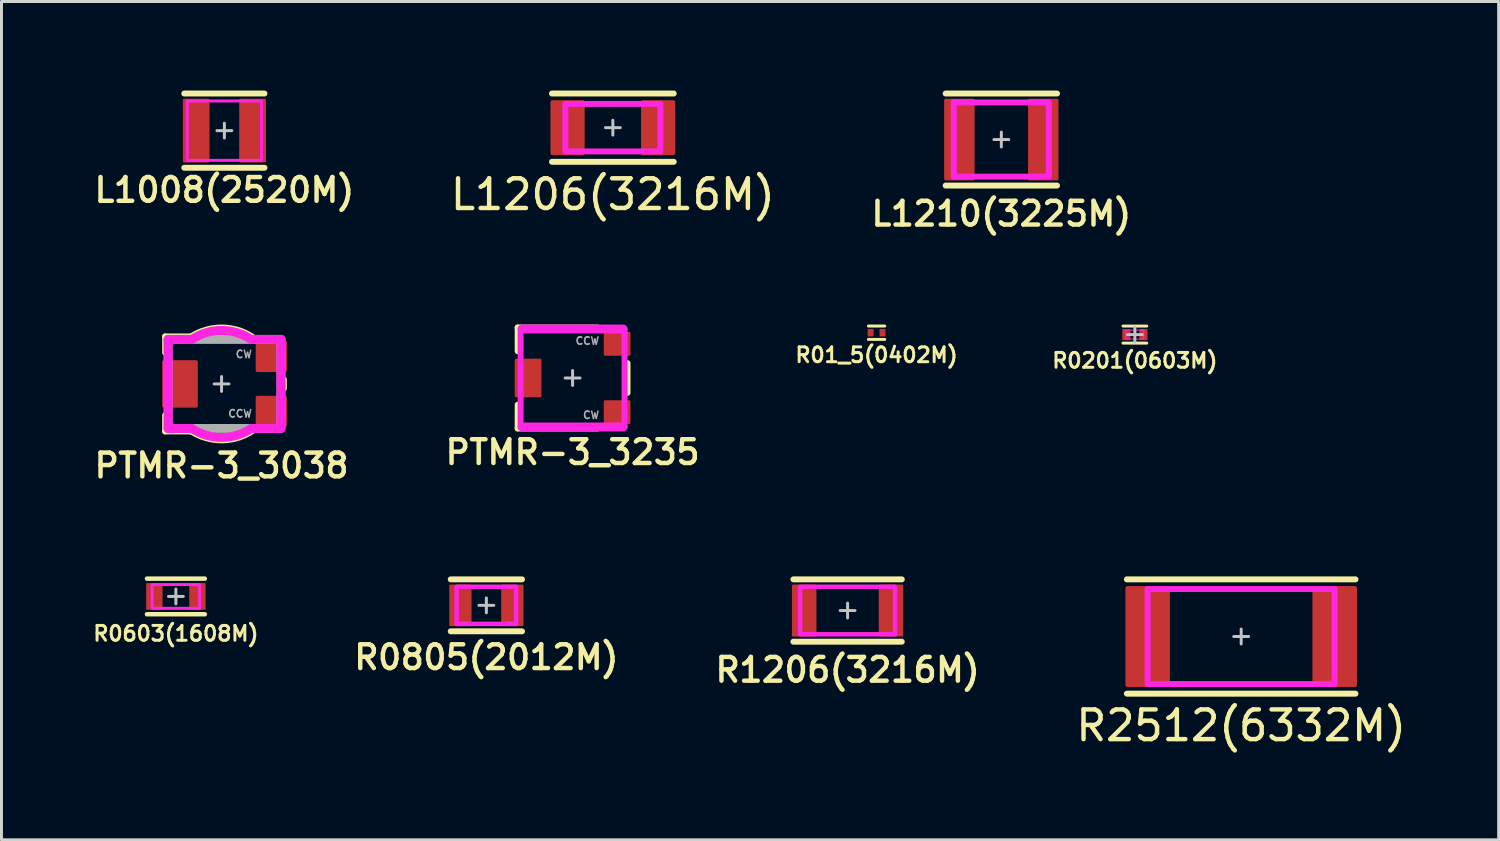
<source format=kicad_pcb>
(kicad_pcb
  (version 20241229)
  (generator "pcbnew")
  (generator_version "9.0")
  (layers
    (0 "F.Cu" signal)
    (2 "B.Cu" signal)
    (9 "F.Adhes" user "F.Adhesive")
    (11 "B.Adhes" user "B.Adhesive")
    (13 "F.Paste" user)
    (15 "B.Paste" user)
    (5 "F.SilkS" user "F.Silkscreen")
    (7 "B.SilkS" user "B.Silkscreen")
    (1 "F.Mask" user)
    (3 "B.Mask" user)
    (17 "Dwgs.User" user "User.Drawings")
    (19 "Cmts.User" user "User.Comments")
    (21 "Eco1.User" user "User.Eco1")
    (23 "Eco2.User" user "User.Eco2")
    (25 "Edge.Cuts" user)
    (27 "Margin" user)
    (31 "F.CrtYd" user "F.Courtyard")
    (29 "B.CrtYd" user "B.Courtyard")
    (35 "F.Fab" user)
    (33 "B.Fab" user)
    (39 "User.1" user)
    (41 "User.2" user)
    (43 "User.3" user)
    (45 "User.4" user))
  (footprint "R0805(2012M)"
    (layer "F.Cu")
    (at 13.331 17.338)
    (property "Reference" "R0805(2012M)" (at 0 1.75 0) (layer "F.SilkS") (effects (font (size 0.8 0.8) (thickness 0.15))))
    (attr smd)
    (fp_line (start -1.2 -0.875) (end 1.2 -0.875) (stroke (width 0.2) (type solid)) (layer "F.SilkS"))
    (fp_line (start -1.2 0.875) (end 1.2 0.875) (stroke (width 0.2) (type solid)) (layer "F.SilkS"))
    (fp_poly (pts (xy -0.575 -0.35) (xy -0.775 -0.35) (xy -0.775 0.35) (xy -0.575 0.35) (xy -0.575 0.625) (xy -1.175 0.625) (xy -1.175 -0.625) (xy -0.575 -0.625)) (stroke (width 0) (type solid)) (fill yes) (layer "F.Paste"))
    (fp_poly (pts (xy 0.575 0.35) (xy 0.775 0.35) (xy 0.775 -0.35) (xy 0.575 -0.35) (xy 0.575 -0.625) (xy 1.175 -0.625) (xy 1.175 0.625) (xy 0.575 0.625)) (stroke (width 0) (type solid)) (fill yes) (layer "F.Paste"))
    (fp_line (start -0.25 0) (end 0.25 0) (stroke (width 0.1) (type solid)) (layer "Dwgs.User"))
    (fp_line (start 0 -0.25) (end 0 0.25) (stroke (width 0.1) (type solid)) (layer "Dwgs.User"))
    (fp_rect (start -1 -0.625) (end 1 0.625) (stroke (width 0.15) (type solid)) (fill no) (layer "F.CrtYd"))
    (pad "1" smd roundrect (at -0.875 0 90) (size 1.4 0.75) (layers "F.Cu" "F.Mask") (roundrect_rratio 0.05))
    (pad "2" smd roundrect (at 0.875 0 90) (size 1.4 0.75) (layers "F.Cu" "F.Mask") (roundrect_rratio 0.05)))
  (footprint "R01_5(0402M)"
    (layer "F.Cu")
    (at 26.473 8.156)
    (property "Reference" "R01_5(0402M)" (at 0 0.75 0) (layer "F.SilkS") (effects (font (size 0.5 0.5) (thickness 0.1))))
    (attr smd)
    (fp_line (start -0.275 -0.225) (end 0.275 -0.225) (stroke (width 0.1) (type solid)) (layer "F.SilkS"))
    (fp_line (start -0.275 0.225) (end 0.275 0.225) (stroke (width 0.1) (type solid)) (layer "F.SilkS"))
    (pad "1" smd roundrect (at -0.2 0 90) (size 0.25 0.2) (layers "F.Cu" "F.Mask" "F.Paste") (roundrect_rratio 0.05))
    (pad "2" smd roundrect (at 0.2 0 90) (size 0.25 0.2) (layers "F.Cu" "F.Mask" "F.Paste") (roundrect_rratio 0.05)))
  (footprint "R1206(3216M)"
    (layer "F.Cu")
    (at 25.497 17.513)
    (property "Reference" "R1206(3216M)" (at 0 2 0) (layer "F.SilkS") (effects (font (size 0.8 0.8) (thickness 0.15))))
    (attr smd)
    (fp_line (start -1.825 -1.05) (end 1.825 -1.05) (stroke (width 0.2) (type solid)) (layer "F.SilkS"))
    (fp_line (start -1.825 1.05) (end 1.825 1.05) (stroke (width 0.2) (type solid)) (layer "F.SilkS"))
    (fp_poly (pts (xy -1.125 -0.475) (xy -1.375 -0.475) (xy -1.375 0.475) (xy -1.125 0.475) (xy -1.125 0.8) (xy -1.8 0.8) (xy -1.8 -0.8) (xy -1.125 -0.8)) (stroke (width 0) (type solid)) (fill yes) (layer "F.Paste"))
    (fp_poly (pts (xy 1.125 0.475) (xy 1.375 0.475) (xy 1.375 -0.475) (xy 1.125 -0.475) (xy 1.125 -0.8) (xy 1.8 -0.8) (xy 1.8 0.8) (xy 1.125 0.8)) (stroke (width 0) (type solid)) (fill yes) (layer "F.Paste"))
    (fp_line (start -0.25 0) (end 0.25 0) (stroke (width 0.1) (type solid)) (layer "Dwgs.User"))
    (fp_line (start 0 -0.25) (end 0 0.25) (stroke (width 0.1) (type solid)) (layer "Dwgs.User"))
    (fp_rect (start -1.6 -0.8) (end 1.6 0.8) (stroke (width 0.15) (type solid)) (fill no) (layer "F.CrtYd"))
    (pad "1" smd roundrect (at -1.462 0 90) (size 1.75 0.825) (layers "F.Cu" "F.Mask") (roundrect_rratio 0.05))
    (pad "2" smd roundrect (at 1.462 0 90) (size 1.75 0.825) (layers "F.Cu" "F.Mask") (roundrect_rratio 0.05)))
  (footprint "R0603(1608M)"
    (layer "F.Cu")
    (at 2.874 17.038)
    (property "Reference" "R0603(1608M)" (at 0 1.25 0) (layer "F.SilkS") (effects (font (size 0.5 0.5) (thickness 0.1) (bold yes))))
    (attr smd)
    (fp_line (start -0.975 -0.6) (end 0.975 -0.6) (stroke (width 0.15) (type solid)) (layer "F.SilkS"))
    (fp_line (start -0.975 0.6) (end 0.975 0.6) (stroke (width 0.15) (type solid)) (layer "F.SilkS"))
    (fp_poly (pts (xy -0.525 -0.2) (xy -0.6 -0.2) (xy -0.6 0.2) (xy -0.525 0.2) (xy -0.525 0.375) (xy -0.925 0.375) (xy -0.925 -0.375) (xy -0.525 -0.375)) (stroke (width 0) (type solid)) (fill yes) (layer "F.Paste"))
    (fp_poly (pts (xy 0.525 0.2) (xy 0.6 0.2) (xy 0.6 -0.2) (xy 0.525 -0.2) (xy 0.525 -0.375) (xy 0.925 -0.375) (xy 0.925 0.375) (xy 0.525 0.375)) (stroke (width 0) (type solid)) (fill yes) (layer "F.Paste"))
    (fp_line (start -0.25 0) (end 0.25 0) (stroke (width 0.1) (type solid)) (layer "Dwgs.User"))
    (fp_line (start 0 -0.25) (end 0 0.25) (stroke (width 0.1) (type solid)) (layer "Dwgs.User"))
    (fp_rect (start -0.8 -0.4) (end 0.8 0.4) (stroke (width 0.1) (type solid)) (fill no) (layer "F.CrtYd"))
    (pad "1" smd roundrect (at -0.725 0 90) (size 0.9 0.55) (layers "F.Cu" "F.Mask") (roundrect_rratio 0.05))
    (pad "2" smd roundrect (at 0.725 0 90) (size 0.9 0.55) (layers "F.Cu" "F.Mask") (roundrect_rratio 0.05)))
  (footprint "L1206(3216M)"
    (layer "F.Cu")
    (at 17.591 1.25)
    (property "Reference" "L1206(3216M)" (at 0 2.25 0) (layer "F.SilkS") (effects (font (size 1 1) (thickness 0.15))))
    (attr smd)
    (fp_line (start -2.05 -1.15) (end 2.05 -1.15) (stroke (width 0.2) (type solid)) (layer "F.SilkS"))
    (fp_line (start -2.05 1.15) (end 2.05 1.15) (stroke (width 0.2) (type solid)) (layer "F.SilkS"))
    (fp_poly (pts (xy -1.025 -0.5) (xy -1.3 -0.5) (xy -1.3 0.5) (xy -1.025 0.5) (xy -1.025 0.85) (xy -2.025 0.85) (xy -2.025 -0.85) (xy -1.025 -0.85)) (stroke (width 0) (type solid)) (fill yes) (layer "F.Paste"))
    (fp_poly (pts (xy 1.025 0.5) (xy 1.3 0.5) (xy 1.3 -0.5) (xy 1.025 -0.5) (xy 1.025 -0.85) (xy 2.025 -0.85) (xy 2.025 0.85) (xy 1.025 0.85)) (stroke (width 0) (type solid)) (fill yes) (layer "F.Paste"))
    (fp_line (start -0.25 0) (end 0.25 0) (stroke (width 0.1) (type solid)) (layer "Dwgs.User"))
    (fp_line (start 0 -0.25) (end 0 0.25) (stroke (width 0.1) (type solid)) (layer "Dwgs.User"))
    (fp_rect (start -1.6 -0.8) (end 1.6 0.8) (stroke (width 0.2) (type solid)) (fill no) (layer "F.CrtYd"))
    (pad "1" smd roundrect (at -1.525 0 90) (size 1.85 1.15) (layers "F.Cu" "F.Mask") (roundrect_rratio 0.05))
    (pad "2" smd roundrect (at 1.525 0 90) (size 1.85 1.15) (layers "F.Cu" "F.Mask") (roundrect_rratio 0.05)))
  (footprint "L1210(3225M)"
    (layer "F.Cu")
    (at 30.675 1.65)
    (property "Reference" "L1210(3225M)" (at 0 2.5 0) (layer "F.SilkS") (effects (font (size 0.8 0.8) (thickness 0.15))))
    (attr smd)
    (fp_line (start -1.875 -1.55) (end 1.875 -1.55) (stroke (width 0.2) (type solid)) (layer "F.SilkS"))
    (fp_line (start -1.875 1.55) (end 1.875 1.55) (stroke (width 0.2) (type solid)) (layer "F.SilkS"))
    (fp_poly (pts (xy -1 -0.9) (xy -1.25 -0.9) (xy -1.25 0.9) (xy -1 0.9) (xy -1 1.275) (xy -1.825 1.275) (xy -1.825 -1.275) (xy -1 -1.275)) (stroke (width 0) (type solid)) (fill yes) (layer "F.Paste"))
    (fp_poly (pts (xy 1 0.9) (xy 1.25 0.9) (xy 1.25 -0.9) (xy 1 -0.9) (xy 1 -1.275) (xy 1.825 -1.275) (xy 1.825 1.275) (xy 1 1.275)) (stroke (width 0) (type solid)) (fill yes) (layer "F.Paste"))
    (fp_line (start -0.25 0) (end 0.25 0) (stroke (width 0.1) (type solid)) (layer "Dwgs.User"))
    (fp_line (start 0 -0.25) (end 0 0.25) (stroke (width 0.1) (type solid)) (layer "Dwgs.User"))
    (fp_rect (start -1.6 -1.25) (end 1.6 1.25) (stroke (width 0.2) (type solid)) (fill no) (layer "F.CrtYd"))
    (pad "1" smd roundrect (at -1.413 0 90) (size 2.75 1.025) (layers "F.Cu" "F.Mask") (roundrect_rratio 0.05))
    (pad "2" smd roundrect (at 1.413 0 90) (size 2.75 1.025) (layers "F.Cu" "F.Mask") (roundrect_rratio 0.05)))
  (footprint "R0201(0603M)"
    (layer "F.Cu")
    (at 35.173 8.219)
    (property "Reference" "R0201(0603M)" (at 0 0.875 0) (layer "F.SilkS") (effects (font (size 0.5 0.5) (thickness 0.1))))
    (attr smd)
    (fp_line (start -0.4 -0.287) (end 0.4 -0.287) (stroke (width 0.1) (type solid)) (layer "F.SilkS"))
    (fp_line (start -0.4 0.287) (end 0.4 0.287) (stroke (width 0.1) (type solid)) (layer "F.SilkS"))
    (fp_line (start -0.25 0) (end 0.25 0) (stroke (width 0.1) (type solid)) (layer "Dwgs.User"))
    (fp_line (start 0 -0.25) (end 0 0.25) (stroke (width 0.1) (type solid)) (layer "Dwgs.User"))
    (fp_rect (start -0.3 -0.15) (end 0.3 0.15) (stroke (width 0.03) (type solid)) (fill no) (layer "F.CrtYd"))
    (pad "1" smd roundrect (at -0.287 0 90) (size 0.375 0.275) (layers "F.Cu" "F.Mask" "F.Paste") (roundrect_rratio 0.05))
    (pad "2" smd roundrect (at 0.287 0 90) (size 0.375 0.275) (layers "F.Cu" "F.Mask" "F.Paste") (roundrect_rratio 0.05)))
  (footprint "PTMR-3_3235"
    (layer "F.Cu")
    (at 16.235 9.681)
    (property "Reference" "PTMR-3_3235" (at 0 2.5 0) (unlocked yes) (layer "F.SilkS") (effects (font (size 0.8 0.8) (thickness 0.15))))
    (attr smd)
    (fp_line (start -1.85 -1.7) (end 0.85 -1.7) (stroke (width 0.2) (type solid)) (layer "F.SilkS"))
    (fp_line (start -1.85 -0.9) (end -1.85 -1.7) (stroke (width 0.2) (type solid)) (layer "F.SilkS"))
    (fp_line (start -1.85 0.9) (end -1.85 1.7) (stroke (width 0.2) (type solid)) (layer "F.SilkS"))
    (fp_line (start -1.85 1.7) (end 0.85 1.7) (stroke (width 0.2) (type solid)) (layer "F.SilkS"))
    (fp_line (start 1.85 -0.5) (end 1.85 0.5) (stroke (width 0.2) (type solid)) (layer "F.SilkS"))
    (fp_line (start -0.25 0) (end 0.25 0) (stroke (width 0.1) (type solid)) (layer "Dwgs.User"))
    (fp_line (start 0 0.25) (end 0 -0.25) (stroke (width 0.1) (type solid)) (layer "Dwgs.User"))
    (fp_line (start -1.75 -1.65) (end -1.75 1.65) (stroke (width 0.2) (type solid)) (layer "F.CrtYd"))
    (fp_line (start -1.7 -1.65) (end 1.7 -1.65) (stroke (width 0.3) (type solid)) (layer "F.CrtYd"))
    (fp_line (start -1.7 1.65) (end 1.7 1.65) (stroke (width 0.3) (type solid)) (layer "F.CrtYd"))
    (fp_line (start 1.75 -1.65) (end 1.75 1.65) (stroke (width 0.2) (type solid)) (layer "F.CrtYd"))
    (fp_text user "CW" (at 0.625 1.25 0) (unlocked yes) (layer "F.Fab") (effects (font (size 0.25 0.25) (thickness 0.05))))
    (fp_text user "CCW" (at 0.5 -1.25 0) (unlocked yes) (layer "F.Fab") (effects (font (size 0.25 0.25) (thickness 0.05))))
    (pad "1" smd roundrect (at 1.5 -1.15) (size 0.9 0.8) (layers "F.Cu" "F.Mask" "F.Paste") (roundrect_rratio 0.05))
    (pad "2" smd roundrect (at -1.5 0 90) (size 1.3 0.9) (layers "F.Cu" "F.Mask" "F.Paste") (roundrect_rratio 0.05))
    (pad "3" smd roundrect (at 1.5 1.15) (size 0.9 0.8) (layers "F.Cu" "F.Mask" "F.Paste") (roundrect_rratio 0.05)))
  (footprint "R2512(6332M)"
    (layer "F.Cu")
    (at 38.753 18.388)
    (property "Reference" "R2512(6332M)" (at 0 3 0) (layer "F.SilkS") (effects (font (size 1 1) (thickness 0.15))))
    (attr smd)
    (fp_line (start -3.85 -1.925) (end 3.85 -1.925) (stroke (width 0.2) (type solid)) (layer "F.SilkS"))
    (fp_line (start -3.85 1.925) (end 3.85 1.925) (stroke (width 0.2) (type solid)) (layer "F.SilkS"))
    (fp_line (start -0.25 0) (end 0.25 0) (stroke (width 0.1) (type solid)) (layer "Dwgs.User"))
    (fp_line (start 0 -0.25) (end 0 0.25) (stroke (width 0.1) (type solid)) (layer "Dwgs.User"))
    (fp_rect (start -3.15 -1.6) (end 3.15 1.6) (stroke (width 0.2) (type solid)) (fill no) (layer "F.CrtYd"))
    (pad "1" smd roundrect (at -3.15 0 90) (size 3.4 1.5) (layers "F.Cu" "F.Mask" "F.Paste") (roundrect_rratio 0.05))
    (pad "2" smd roundrect (at 3.15 0 90) (size 3.4 1.5) (layers "F.Cu" "F.Mask" "F.Paste") (roundrect_rratio 0.05)))
  (footprint "PTMR-3_3038"
    (layer "F.Cu")
    (at 4.412 9.881)
    (property "Reference" "PTMR-3_3038" (at 0 2.75 0) (unlocked yes) (layer "F.SilkS") (effects (font (size 0.8 0.8) (thickness 0.15))))
    (attr smd)
    (fp_line (start -1.9 -1.6) (end -1.025 -1.6) (stroke (width 0.2) (type solid)) (layer "F.SilkS"))
    (fp_line (start -1.9 -1.05) (end -1.9 -1.6) (stroke (width 0.2) (type solid)) (layer "F.SilkS"))
    (fp_line (start -1.9 1.05) (end -1.9 1.6) (stroke (width 0.2) (type solid)) (layer "F.SilkS"))
    (fp_line (start -1.9 1.6) (end -1.025 1.6) (stroke (width 0.2) (type solid)) (layer "F.SilkS"))
    (fp_line (start 2.1 -0.15) (end 2.1 0.15) (stroke (width 0.2) (type solid)) (layer "F.SilkS"))
    (fp_arc (start -1.025 -1.6) (mid 0 -1.900164) (end 1.025 -1.6) (stroke (width 0.2) (type solid)) (layer "F.SilkS"))
    (fp_arc (start 1.025 1.6) (mid 0 1.900164) (end -1.025 1.6) (stroke (width 0.2) (type solid)) (layer "F.SilkS"))
    (fp_line (start -0.25 0) (end 0.25 0) (stroke (width 0.1) (type solid)) (layer "Dwgs.User"))
    (fp_line (start 0 0.25) (end 0 -0.25) (stroke (width 0.1) (type solid)) (layer "Dwgs.User"))
    (fp_line (start -1.8 -1.5) (end -1 -1.5) (stroke (width 0.3) (type solid)) (layer "F.CrtYd"))
    (fp_line (start -1.8 1.5) (end -1.8 -1.5) (stroke (width 0.3) (type solid)) (layer "F.CrtYd"))
    (fp_line (start -1 1.5) (end -1.8 1.5) (stroke (width 0.3) (type solid)) (layer "F.CrtYd"))
    (fp_line (start 1 1.5) (end 2 1.5) (stroke (width 0.3) (type solid)) (layer "F.CrtYd"))
    (fp_line (start 2 -1.5) (end 1 -1.5) (stroke (width 0.3) (type solid)) (layer "F.CrtYd"))
    (fp_line (start 2 1.5) (end 2 -1.5) (stroke (width 0.3) (type solid)) (layer "F.CrtYd"))
    (fp_arc (start -1 -1.5) (mid 0 -1.802776) (end 1 -1.5) (stroke (width 0.3) (type solid)) (layer "F.CrtYd"))
    (fp_arc (start 1 1.5) (mid 0 1.802776) (end -1 1.5) (stroke (width 0.3) (type solid)) (layer "F.CrtYd"))
    (fp_rect (start -1.8 1.5) (end 2 -1.5) (stroke (width 0.3) (type solid)) (fill no) (layer "F.Fab"))
    (fp_text user "CCW" (at 0.625 1 0) (unlocked yes) (layer "F.Fab") (effects (font (size 0.25 0.25) (thickness 0.05))))
    (fp_text user "CW" (at 0.75 -1 0) (unlocked yes) (layer "F.Fab") (effects (font (size 0.25 0.25) (thickness 0.05))))
    (pad "1" smd roundrect (at 1.675 0.925) (size 1.05 1.05) (layers "F.Cu" "F.Mask" "F.Paste") (roundrect_rratio 0.05))
    (pad "2" smd roundrect (at -1.4 0 90) (size 1.6 1.2) (layers "F.Cu" "F.Mask" "F.Paste") (roundrect_rratio 0.05))
    (pad "3" smd roundrect (at 1.675 -0.925) (size 1.05 1.05) (layers "F.Cu" "F.Mask" "F.Paste") (roundrect_rratio 0.05)))
  (footprint "L1008(2520M)"
    (layer "F.Cu")
    (at 4.507 1.35)
    (property "Reference" "L1008(2520M)" (at 0 2 0) (unlocked yes) (layer "F.SilkS") (effects (font (size 0.8 0.8) (thickness 0.15))))
    (attr smd)
    (fp_line (start -1.35 -1.25) (end 1.35 -1.25) (stroke (width 0.2) (type solid)) (layer "F.SilkS"))
    (fp_line (start -1.35 1.25) (end 1.35 1.25) (stroke (width 0.2) (type solid)) (layer "F.SilkS"))
    (fp_line (start -0.25 0) (end 0.25 0) (stroke (width 0.1) (type solid)) (layer "Dwgs.User"))
    (fp_line (start 0 -0.25) (end 0 0.25) (stroke (width 0.1) (type solid)) (layer "Dwgs.User"))
    (fp_rect (start -1.25 -1) (end 1.25 1) (stroke (width 0.1) (type solid)) (fill no) (layer "F.CrtYd"))
    (pad "1" smd roundrect (at -0.95 0 90) (size 2.15 0.9) (layers "F.Cu" "F.Mask" "F.Paste") (roundrect_rratio 0.05))
    (pad "2" smd roundrect (at 0.95 0 90) (size 2.15 0.9) (layers "F.Cu" "F.Mask" "F.Paste") (roundrect_rratio 0.05)))
  (gr_rect
    (start -3 -3)
    (end 47.425 25.236)
    (stroke (width 0.1) (type default))
    (fill no)
    (layer "Edge.Cuts")))
</source>
